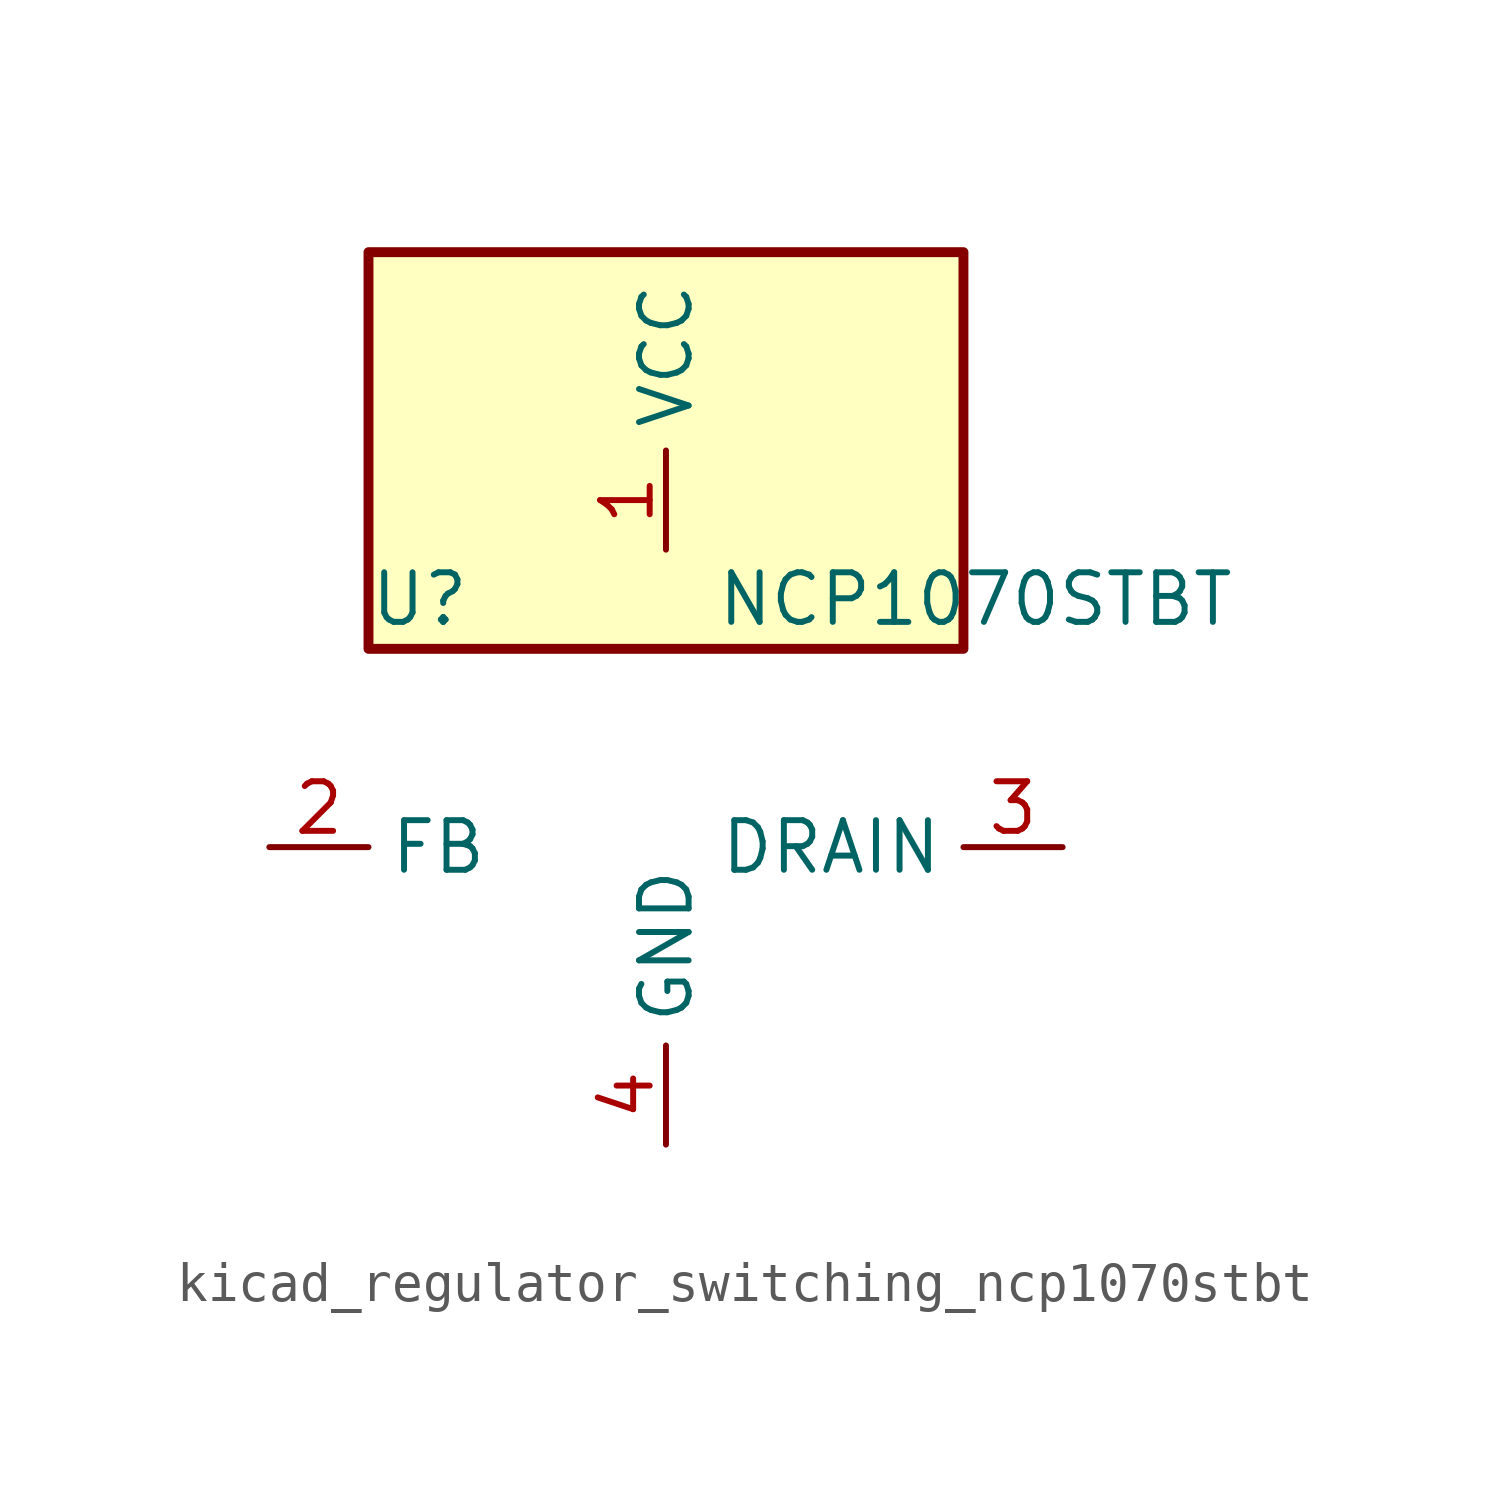
<source format=kicad_sym>
(kicad_symbol_lib
  (version 20220914)
  (generator kicad_symbol_editor)
  (symbol "kicad_regulator_switching_ncp1070stbt"
    (property "Reference" "U"
      (at -7.62 6.35 0)
      (effects (font (size 1.27 1.27)) (justify left)))
    (property "Value" "NCP1070STBT"
      (at 1.27 6.35 0)
      (effects (font (size 1.27 1.27)) (justify left)))
    (symbol "kicad_regulator_switching_ncp1070stbt_0_1"
      (rectangle (start 7.62 15.24) (end -7.62 5.08) (stroke (width 0.254) (type default)) (fill (type background))))
    (symbol "kicad_regulator_switching_ncp1070stbt_1_1"
      (pin power_in line (at 0 7.62 90) (length 2.54) (name "VCC" (effects (font (size 1.27 1.27)))) (number "1" (effects (font (size 1.27 1.27)))))
      (pin input line (at -10.16 0 0) (length 2.54) (name "FB" (effects (font (size 1.27 1.27)))) (number "2" (effects (font (size 1.27 1.27)))))
      (pin open_collector line (at 10.16 0 180) (length 2.54) (name "DRAIN" (effects (font (size 1.27 1.27)))) (number "3" (effects (font (size 1.27 1.27)))))
      (pin power_in line (at 0 -7.62 90) (length 2.54) (name "GND" (effects (font (size 1.27 1.27)))) (number "4" (effects (font (size 1.27 1.27))))))))
</source>
